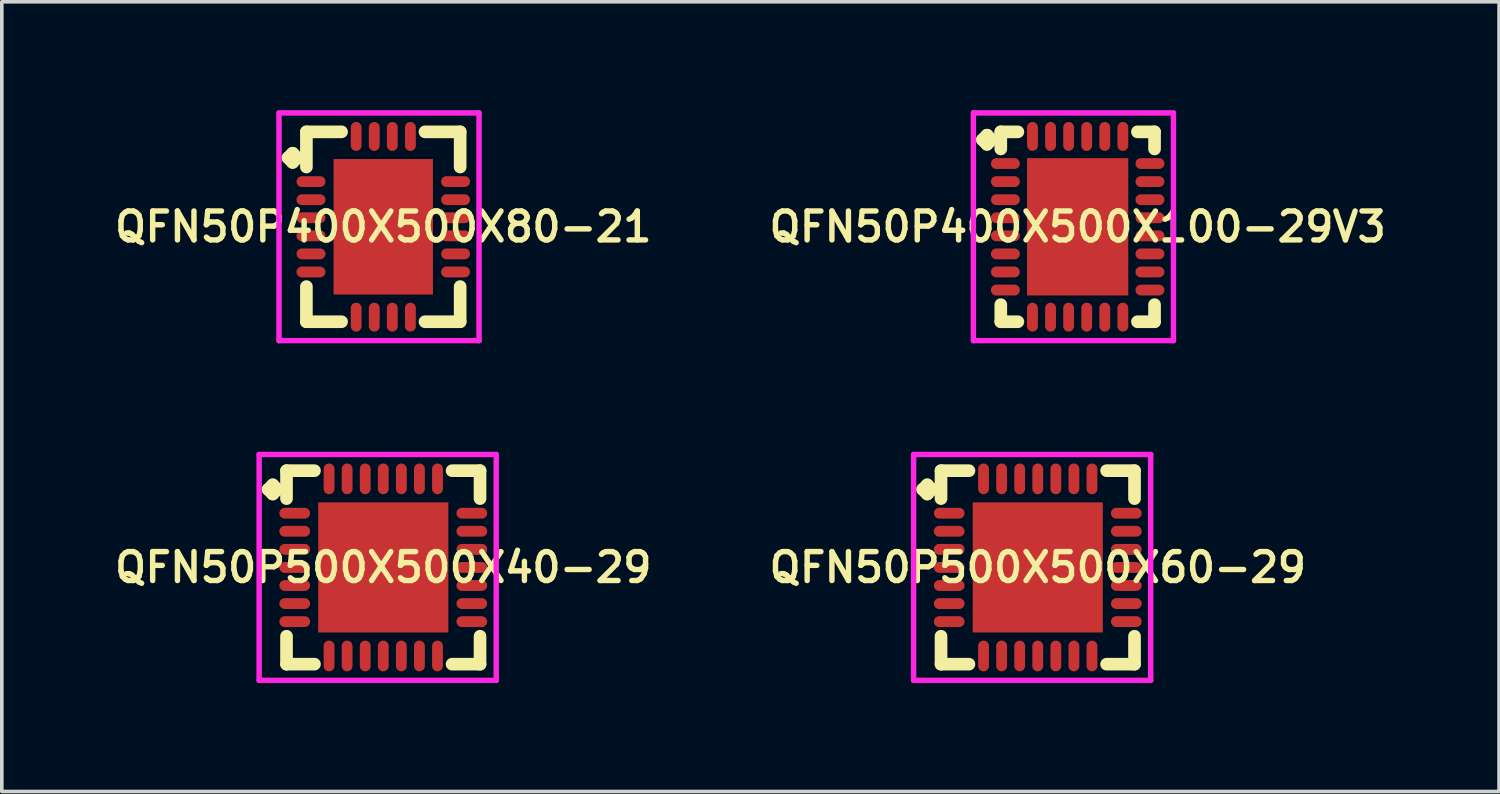
<source format=kicad_pcb>
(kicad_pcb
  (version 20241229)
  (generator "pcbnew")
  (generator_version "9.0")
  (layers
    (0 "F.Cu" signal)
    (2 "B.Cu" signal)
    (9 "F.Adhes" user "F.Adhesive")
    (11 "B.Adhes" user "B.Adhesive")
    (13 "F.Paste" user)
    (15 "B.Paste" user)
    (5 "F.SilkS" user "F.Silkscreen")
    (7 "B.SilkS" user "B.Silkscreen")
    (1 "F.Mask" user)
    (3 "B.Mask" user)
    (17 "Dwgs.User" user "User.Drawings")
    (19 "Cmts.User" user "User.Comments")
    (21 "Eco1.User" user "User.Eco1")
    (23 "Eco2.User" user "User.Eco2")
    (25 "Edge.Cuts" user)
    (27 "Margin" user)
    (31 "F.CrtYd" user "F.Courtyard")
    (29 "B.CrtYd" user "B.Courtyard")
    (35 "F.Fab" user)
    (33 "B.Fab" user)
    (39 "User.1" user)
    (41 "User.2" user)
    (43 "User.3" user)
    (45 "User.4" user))
  (footprint "QFN50P500X500X60-29"
    (layer "F.Cu")
    (at 25.664 12.65)
    (property "Reference" "QFN50P500X500X60-29" (at 0 0 0) (layer "F.SilkS") (effects (font (size 0.8 0.8) (thickness 0.15))))
    (attr smd)
    (fp_line (start -3.185 -2.158) (end -3.058 -2.285) (stroke (width 0.35) (type solid)) (layer "F.SilkS"))
    (fp_line (start -3.058 -2.285) (end -2.931 -2.158) (stroke (width 0.35) (type solid)) (layer "F.SilkS"))
    (fp_line (start -3.058 -2.031) (end -3.185 -2.158) (stroke (width 0.35) (type solid)) (layer "F.SilkS"))
    (fp_line (start -2.931 -2.158) (end -3.058 -2.031) (stroke (width 0.35) (type solid)) (layer "F.SilkS"))
    (fp_line (start -2.677 -2.677) (end -1.904 -2.677) (stroke (width 0.35) (type solid)) (layer "F.SilkS"))
    (fp_line (start -2.677 -1.904) (end -2.677 -2.677) (stroke (width 0.35) (type solid)) (layer "F.SilkS"))
    (fp_line (start -2.677 1.904) (end -2.677 2.677) (stroke (width 0.35) (type solid)) (layer "F.SilkS"))
    (fp_line (start -2.677 2.677) (end -1.904 2.677) (stroke (width 0.35) (type solid)) (layer "F.SilkS"))
    (fp_line (start 1.904 -2.677) (end 2.677 -2.677) (stroke (width 0.35) (type solid)) (layer "F.SilkS"))
    (fp_line (start 1.904 2.677) (end 2.677 2.677) (stroke (width 0.35) (type solid)) (layer "F.SilkS"))
    (fp_line (start 2.677 -2.677) (end 2.677 -1.904) (stroke (width 0.35) (type solid)) (layer "F.SilkS"))
    (fp_line (start 2.677 2.677) (end 2.677 1.904) (stroke (width 0.35) (type solid)) (layer "F.SilkS"))
    (fp_line (start -3.435 -3.125) (end 3.125 -3.125) (stroke (width 0.15) (type solid)) (layer "F.CrtYd"))
    (fp_line (start -3.435 3.125) (end -3.435 -3.125) (stroke (width 0.15) (type solid)) (layer "F.CrtYd"))
    (fp_line (start 3.125 -3.125) (end 3.125 3.125) (stroke (width 0.15) (type solid)) (layer "F.CrtYd"))
    (fp_line (start 3.125 3.125) (end -3.435 3.125) (stroke (width 0.15) (type solid)) (layer "F.CrtYd"))
    (pad "1" smd oval (at -2.45 -1.5) (size 0.85 0.3) (layers "F.Cu" "F.Mask" "F.Paste"))
    (pad "2" smd oval (at -2.45 -1) (size 0.85 0.3) (layers "F.Cu" "F.Mask" "F.Paste"))
    (pad "3" smd oval (at -2.45 -0.5) (size 0.85 0.3) (layers "F.Cu" "F.Mask" "F.Paste"))
    (pad "4" smd oval (at -2.45 0) (size 0.85 0.3) (layers "F.Cu" "F.Mask" "F.Paste"))
    (pad "5" smd oval (at -2.45 0.5) (size 0.85 0.3) (layers "F.Cu" "F.Mask" "F.Paste"))
    (pad "6" smd oval (at -2.45 1) (size 0.85 0.3) (layers "F.Cu" "F.Mask" "F.Paste"))
    (pad "7" smd oval (at -2.45 1.5) (size 0.85 0.3) (layers "F.Cu" "F.Mask" "F.Paste"))
    (pad "8" smd oval (at -1.5 2.45) (size 0.3 0.85) (layers "F.Cu" "F.Mask" "F.Paste"))
    (pad "9" smd oval (at -1 2.45) (size 0.3 0.85) (layers "F.Cu" "F.Mask" "F.Paste"))
    (pad "10" smd oval (at -0.5 2.45) (size 0.3 0.85) (layers "F.Cu" "F.Mask" "F.Paste"))
    (pad "11" smd oval (at 0 2.45) (size 0.3 0.85) (layers "F.Cu" "F.Mask" "F.Paste"))
    (pad "12" smd oval (at 0.5 2.45) (size 0.3 0.85) (layers "F.Cu" "F.Mask" "F.Paste"))
    (pad "13" smd oval (at 1 2.45) (size 0.3 0.85) (layers "F.Cu" "F.Mask" "F.Paste"))
    (pad "14" smd oval (at 1.5 2.45) (size 0.3 0.85) (layers "F.Cu" "F.Mask" "F.Paste"))
    (pad "15" smd oval (at 2.45 1.5) (size 0.85 0.3) (layers "F.Cu" "F.Mask" "F.Paste"))
    (pad "16" smd oval (at 2.45 1) (size 0.85 0.3) (layers "F.Cu" "F.Mask" "F.Paste"))
    (pad "17" smd oval (at 2.45 0.5) (size 0.85 0.3) (layers "F.Cu" "F.Mask" "F.Paste"))
    (pad "18" smd oval (at 2.45 0) (size 0.85 0.3) (layers "F.Cu" "F.Mask" "F.Paste"))
    (pad "19" smd oval (at 2.45 -0.5) (size 0.85 0.3) (layers "F.Cu" "F.Mask" "F.Paste"))
    (pad "20" smd oval (at 2.45 -1) (size 0.85 0.3) (layers "F.Cu" "F.Mask" "F.Paste"))
    (pad "21" smd oval (at 2.45 -1.5) (size 0.85 0.3) (layers "F.Cu" "F.Mask" "F.Paste"))
    (pad "22" smd oval (at 1.5 -2.45) (size 0.3 0.85) (layers "F.Cu" "F.Mask" "F.Paste"))
    (pad "23" smd oval (at 1 -2.45) (size 0.3 0.85) (layers "F.Cu" "F.Mask" "F.Paste"))
    (pad "24" smd oval (at 0.5 -2.45) (size 0.3 0.85) (layers "F.Cu" "F.Mask" "F.Paste"))
    (pad "25" smd oval (at 0 -2.45) (size 0.3 0.85) (layers "F.Cu" "F.Mask" "F.Paste"))
    (pad "26" smd oval (at -0.5 -2.45) (size 0.3 0.85) (layers "F.Cu" "F.Mask" "F.Paste"))
    (pad "27" smd oval (at -1 -2.45) (size 0.3 0.85) (layers "F.Cu" "F.Mask" "F.Paste"))
    (pad "28" smd oval (at -1.5 -2.45) (size 0.3 0.85) (layers "F.Cu" "F.Mask" "F.Paste"))
    (pad "29" smd rect (at 0 0) (size 3.6 3.6) (layers "F.Cu" "F.Mask" "F.Paste")))
  (footprint "QFN50P400X500X80-21"
    (layer "F.Cu")
    (at 7.555 3.225)
    (property "Reference" "QFN50P400X500X80-21" (at 0 0 0) (layer "F.SilkS") (effects (font (size 0.8 0.8) (thickness 0.15))))
    (attr through_hole)
    (fp_line (start -2.635 -1.908) (end -2.508 -2.035) (stroke (width 0.35) (type solid)) (layer "F.SilkS"))
    (fp_line (start -2.508 -2.035) (end -2.381 -1.908) (stroke (width 0.35) (type solid)) (layer "F.SilkS"))
    (fp_line (start -2.508 -1.781) (end -2.635 -1.908) (stroke (width 0.35) (type solid)) (layer "F.SilkS"))
    (fp_line (start -2.381 -1.908) (end -2.508 -1.781) (stroke (width 0.35) (type solid)) (layer "F.SilkS"))
    (fp_line (start -2.127 -2.627) (end -1.154 -2.627) (stroke (width 0.35) (type solid)) (layer "F.SilkS"))
    (fp_line (start -2.127 -1.654) (end -2.127 -2.627) (stroke (width 0.35) (type solid)) (layer "F.SilkS"))
    (fp_line (start -2.127 1.654) (end -2.127 2.627) (stroke (width 0.35) (type solid)) (layer "F.SilkS"))
    (fp_line (start -2.127 2.627) (end -1.154 2.627) (stroke (width 0.35) (type solid)) (layer "F.SilkS"))
    (fp_line (start 1.154 -2.627) (end 2.127 -2.627) (stroke (width 0.35) (type solid)) (layer "F.SilkS"))
    (fp_line (start 1.154 2.627) (end 2.127 2.627) (stroke (width 0.35) (type solid)) (layer "F.SilkS"))
    (fp_line (start 2.127 -2.627) (end 2.127 -1.654) (stroke (width 0.35) (type solid)) (layer "F.SilkS"))
    (fp_line (start 2.127 2.627) (end 2.127 1.654) (stroke (width 0.35) (type solid)) (layer "F.SilkS"))
    (fp_line (start -2.885 -3.15) (end 2.65 -3.15) (stroke (width 0.15) (type solid)) (layer "F.CrtYd"))
    (fp_line (start -2.885 3.15) (end -2.885 -3.15) (stroke (width 0.15) (type solid)) (layer "F.CrtYd"))
    (fp_line (start 2.65 -3.15) (end 2.65 3.15) (stroke (width 0.15) (type solid)) (layer "F.CrtYd"))
    (fp_line (start 2.65 3.15) (end -2.885 3.15) (stroke (width 0.15) (type solid)) (layer "F.CrtYd"))
    (pad "1" smd oval (at -2 -1.25) (size 0.8 0.3) (layers "F.Cu" "F.Mask" "F.Paste"))
    (pad "2" smd oval (at -2 -0.75) (size 0.8 0.3) (layers "F.Cu" "F.Mask" "F.Paste"))
    (pad "3" smd oval (at -2 -0.25) (size 0.8 0.3) (layers "F.Cu" "F.Mask" "F.Paste"))
    (pad "4" smd oval (at -2 0.25) (size 0.8 0.3) (layers "F.Cu" "F.Mask" "F.Paste"))
    (pad "5" smd oval (at -2 0.75) (size 0.8 0.3) (layers "F.Cu" "F.Mask" "F.Paste"))
    (pad "6" smd oval (at -2 1.25) (size 0.8 0.3) (layers "F.Cu" "F.Mask" "F.Paste"))
    (pad "7" smd oval (at -0.75 2.5) (size 0.3 0.8) (layers "F.Cu" "F.Mask" "F.Paste"))
    (pad "8" smd oval (at -0.25 2.5) (size 0.3 0.8) (layers "F.Cu" "F.Mask" "F.Paste"))
    (pad "9" smd oval (at 0.25 2.5) (size 0.3 0.8) (layers "F.Cu" "F.Mask" "F.Paste"))
    (pad "10" smd oval (at 0.75 2.5) (size 0.3 0.8) (layers "F.Cu" "F.Mask" "F.Paste"))
    (pad "11" smd oval (at 2 1.25) (size 0.8 0.3) (layers "F.Cu" "F.Mask" "F.Paste"))
    (pad "12" smd oval (at 2 0.75) (size 0.8 0.3) (layers "F.Cu" "F.Mask" "F.Paste"))
    (pad "13" smd oval (at 2 0.25) (size 0.8 0.3) (layers "F.Cu" "F.Mask" "F.Paste"))
    (pad "14" smd oval (at 2 -0.25) (size 0.8 0.3) (layers "F.Cu" "F.Mask" "F.Paste"))
    (pad "15" smd oval (at 2 -0.75) (size 0.8 0.3) (layers "F.Cu" "F.Mask" "F.Paste"))
    (pad "16" smd oval (at 2 -1.25) (size 0.8 0.3) (layers "F.Cu" "F.Mask" "F.Paste"))
    (pad "17" smd oval (at 0.75 -2.5) (size 0.3 0.8) (layers "F.Cu" "F.Mask" "F.Paste"))
    (pad "18" smd oval (at 0.25 -2.5) (size 0.3 0.8) (layers "F.Cu" "F.Mask" "F.Paste"))
    (pad "19" smd oval (at -0.25 -2.5) (size 0.3 0.8) (layers "F.Cu" "F.Mask" "F.Paste"))
    (pad "20" smd oval (at -0.75 -2.5) (size 0.3 0.8) (layers "F.Cu" "F.Mask" "F.Paste"))
    (pad "21" smd rect (at 0 0) (size 2.75 3.75) (layers "F.Cu" "F.Mask" "F.Paste")))
  (footprint "QFN50P400X500X100-29V3"
    (layer "F.Cu")
    (at 26.768 3.225)
    (property "Reference" "QFN50P400X500X100-29V3" (at 0 0 0) (layer "F.SilkS") (effects (font (size 0.8 0.8) (thickness 0.15))))
    (attr through_hole)
    (fp_line (start -2.635 -2.408) (end -2.508 -2.535) (stroke (width 0.35) (type solid)) (layer "F.SilkS"))
    (fp_line (start -2.508 -2.535) (end -2.381 -2.408) (stroke (width 0.35) (type solid)) (layer "F.SilkS"))
    (fp_line (start -2.508 -2.281) (end -2.635 -2.408) (stroke (width 0.35) (type solid)) (layer "F.SilkS"))
    (fp_line (start -2.381 -2.408) (end -2.508 -2.281) (stroke (width 0.35) (type solid)) (layer "F.SilkS"))
    (fp_line (start -2.127 -2.627) (end -1.654 -2.627) (stroke (width 0.35) (type solid)) (layer "F.SilkS"))
    (fp_line (start -2.127 -2.154) (end -2.127 -2.627) (stroke (width 0.35) (type solid)) (layer "F.SilkS"))
    (fp_line (start -2.127 2.154) (end -2.127 2.627) (stroke (width 0.35) (type solid)) (layer "F.SilkS"))
    (fp_line (start -2.127 2.627) (end -1.654 2.627) (stroke (width 0.35) (type solid)) (layer "F.SilkS"))
    (fp_line (start 1.654 -2.627) (end 2.127 -2.627) (stroke (width 0.35) (type solid)) (layer "F.SilkS"))
    (fp_line (start 1.654 2.627) (end 2.127 2.627) (stroke (width 0.35) (type solid)) (layer "F.SilkS"))
    (fp_line (start 2.127 -2.627) (end 2.127 -2.154) (stroke (width 0.35) (type solid)) (layer "F.SilkS"))
    (fp_line (start 2.127 2.627) (end 2.127 2.154) (stroke (width 0.35) (type solid)) (layer "F.SilkS"))
    (fp_line (start -2.885 -3.15) (end 2.65 -3.15) (stroke (width 0.15) (type solid)) (layer "F.CrtYd"))
    (fp_line (start -2.885 3.15) (end -2.885 -3.15) (stroke (width 0.15) (type solid)) (layer "F.CrtYd"))
    (fp_line (start 2.65 -3.15) (end 2.65 3.15) (stroke (width 0.15) (type solid)) (layer "F.CrtYd"))
    (fp_line (start 2.65 3.15) (end -2.885 3.15) (stroke (width 0.15) (type solid)) (layer "F.CrtYd"))
    (pad "1" smd oval (at -2 -1.75) (size 0.8 0.3) (layers "F.Cu" "F.Mask" "F.Paste"))
    (pad "2" smd oval (at -2 -1.25) (size 0.8 0.3) (layers "F.Cu" "F.Mask" "F.Paste"))
    (pad "3" smd oval (at -2 -0.75) (size 0.8 0.3) (layers "F.Cu" "F.Mask" "F.Paste"))
    (pad "4" smd oval (at -2 -0.25) (size 0.8 0.3) (layers "F.Cu" "F.Mask" "F.Paste"))
    (pad "5" smd oval (at -2 0.25) (size 0.8 0.3) (layers "F.Cu" "F.Mask" "F.Paste"))
    (pad "6" smd oval (at -2 0.75) (size 0.8 0.3) (layers "F.Cu" "F.Mask" "F.Paste"))
    (pad "7" smd oval (at -2 1.25) (size 0.8 0.3) (layers "F.Cu" "F.Mask" "F.Paste"))
    (pad "8" smd oval (at -2 1.75) (size 0.8 0.3) (layers "F.Cu" "F.Mask" "F.Paste"))
    (pad "9" smd oval (at -1.25 2.5) (size 0.3 0.8) (layers "F.Cu" "F.Mask" "F.Paste"))
    (pad "10" smd oval (at -0.75 2.5) (size 0.3 0.8) (layers "F.Cu" "F.Mask" "F.Paste"))
    (pad "11" smd oval (at -0.25 2.5) (size 0.3 0.8) (layers "F.Cu" "F.Mask" "F.Paste"))
    (pad "12" smd oval (at 0.25 2.5) (size 0.3 0.8) (layers "F.Cu" "F.Mask" "F.Paste"))
    (pad "13" smd oval (at 0.75 2.5) (size 0.3 0.8) (layers "F.Cu" "F.Mask" "F.Paste"))
    (pad "14" smd oval (at 1.25 2.5) (size 0.3 0.8) (layers "F.Cu" "F.Mask" "F.Paste"))
    (pad "15" smd oval (at 2 1.75) (size 0.8 0.3) (layers "F.Cu" "F.Mask" "F.Paste"))
    (pad "16" smd oval (at 2 1.25) (size 0.8 0.3) (layers "F.Cu" "F.Mask" "F.Paste"))
    (pad "17" smd oval (at 2 0.75) (size 0.8 0.3) (layers "F.Cu" "F.Mask" "F.Paste"))
    (pad "18" smd oval (at 2 0.25) (size 0.8 0.3) (layers "F.Cu" "F.Mask" "F.Paste"))
    (pad "19" smd oval (at 2 -0.25) (size 0.8 0.3) (layers "F.Cu" "F.Mask" "F.Paste"))
    (pad "20" smd oval (at 2 -0.75) (size 0.8 0.3) (layers "F.Cu" "F.Mask" "F.Paste"))
    (pad "21" smd oval (at 2 -1.25) (size 0.8 0.3) (layers "F.Cu" "F.Mask" "F.Paste"))
    (pad "22" smd oval (at 2 -1.75) (size 0.8 0.3) (layers "F.Cu" "F.Mask" "F.Paste"))
    (pad "23" smd oval (at 1.25 -2.5) (size 0.3 0.8) (layers "F.Cu" "F.Mask" "F.Paste"))
    (pad "24" smd oval (at 0.75 -2.5) (size 0.3 0.8) (layers "F.Cu" "F.Mask" "F.Paste"))
    (pad "25" smd oval (at 0.25 -2.5) (size 0.3 0.8) (layers "F.Cu" "F.Mask" "F.Paste"))
    (pad "26" smd oval (at -0.25 -2.5) (size 0.3 0.8) (layers "F.Cu" "F.Mask" "F.Paste"))
    (pad "27" smd oval (at -0.75 -2.5) (size 0.3 0.8) (layers "F.Cu" "F.Mask" "F.Paste"))
    (pad "28" smd oval (at -1.25 -2.5) (size 0.3 0.8) (layers "F.Cu" "F.Mask" "F.Paste"))
    (pad "29" smd rect (at 0 0) (size 2.8 3.8) (layers "F.Cu" "F.Mask" "F.Paste")))
  (footprint "QFN50P500X500X40-29"
    (layer "F.Cu")
    (at 7.555 12.65)
    (property "Reference" "QFN50P500X500X40-29" (at 0 0 0) (layer "F.SilkS") (effects (font (size 0.8 0.8) (thickness 0.15))))
    (attr smd)
    (fp_line (start -3.185 -2.158) (end -3.058 -2.285) (stroke (width 0.35) (type solid)) (layer "F.SilkS"))
    (fp_line (start -3.058 -2.285) (end -2.931 -2.158) (stroke (width 0.35) (type solid)) (layer "F.SilkS"))
    (fp_line (start -3.058 -2.031) (end -3.185 -2.158) (stroke (width 0.35) (type solid)) (layer "F.SilkS"))
    (fp_line (start -2.931 -2.158) (end -3.058 -2.031) (stroke (width 0.35) (type solid)) (layer "F.SilkS"))
    (fp_line (start -2.677 -2.677) (end -1.904 -2.677) (stroke (width 0.35) (type solid)) (layer "F.SilkS"))
    (fp_line (start -2.677 -1.904) (end -2.677 -2.677) (stroke (width 0.35) (type solid)) (layer "F.SilkS"))
    (fp_line (start -2.677 1.904) (end -2.677 2.677) (stroke (width 0.35) (type solid)) (layer "F.SilkS"))
    (fp_line (start -2.677 2.677) (end -1.904 2.677) (stroke (width 0.35) (type solid)) (layer "F.SilkS"))
    (fp_line (start 1.904 -2.677) (end 2.677 -2.677) (stroke (width 0.35) (type solid)) (layer "F.SilkS"))
    (fp_line (start 1.904 2.677) (end 2.677 2.677) (stroke (width 0.35) (type solid)) (layer "F.SilkS"))
    (fp_line (start 2.677 -2.677) (end 2.677 -1.904) (stroke (width 0.35) (type solid)) (layer "F.SilkS"))
    (fp_line (start 2.677 2.677) (end 2.677 1.904) (stroke (width 0.35) (type solid)) (layer "F.SilkS"))
    (fp_line (start -3.435 -3.125) (end 3.125 -3.125) (stroke (width 0.15) (type solid)) (layer "F.CrtYd"))
    (fp_line (start -3.435 3.125) (end -3.435 -3.125) (stroke (width 0.15) (type solid)) (layer "F.CrtYd"))
    (fp_line (start 3.125 -3.125) (end 3.125 3.125) (stroke (width 0.15) (type solid)) (layer "F.CrtYd"))
    (fp_line (start 3.125 3.125) (end -3.435 3.125) (stroke (width 0.15) (type solid)) (layer "F.CrtYd"))
    (pad "1" smd oval (at -2.45 -1.5) (size 0.85 0.3) (layers "F.Cu" "F.Mask" "F.Paste"))
    (pad "2" smd oval (at -2.45 -1) (size 0.85 0.3) (layers "F.Cu" "F.Mask" "F.Paste"))
    (pad "3" smd oval (at -2.45 -0.5) (size 0.85 0.3) (layers "F.Cu" "F.Mask" "F.Paste"))
    (pad "4" smd oval (at -2.45 0) (size 0.85 0.3) (layers "F.Cu" "F.Mask" "F.Paste"))
    (pad "5" smd oval (at -2.45 0.5) (size 0.85 0.3) (layers "F.Cu" "F.Mask" "F.Paste"))
    (pad "6" smd oval (at -2.45 1) (size 0.85 0.3) (layers "F.Cu" "F.Mask" "F.Paste"))
    (pad "7" smd oval (at -2.45 1.5) (size 0.85 0.3) (layers "F.Cu" "F.Mask" "F.Paste"))
    (pad "8" smd oval (at -1.5 2.45) (size 0.3 0.85) (layers "F.Cu" "F.Mask" "F.Paste"))
    (pad "9" smd oval (at -1 2.45) (size 0.3 0.85) (layers "F.Cu" "F.Mask" "F.Paste"))
    (pad "10" smd oval (at -0.5 2.45) (size 0.3 0.85) (layers "F.Cu" "F.Mask" "F.Paste"))
    (pad "11" smd oval (at 0 2.45) (size 0.3 0.85) (layers "F.Cu" "F.Mask" "F.Paste"))
    (pad "12" smd oval (at 0.5 2.45) (size 0.3 0.85) (layers "F.Cu" "F.Mask" "F.Paste"))
    (pad "13" smd oval (at 1 2.45) (size 0.3 0.85) (layers "F.Cu" "F.Mask" "F.Paste"))
    (pad "14" smd oval (at 1.5 2.45) (size 0.3 0.85) (layers "F.Cu" "F.Mask" "F.Paste"))
    (pad "15" smd oval (at 2.45 1.5) (size 0.85 0.3) (layers "F.Cu" "F.Mask" "F.Paste"))
    (pad "16" smd oval (at 2.45 1) (size 0.85 0.3) (layers "F.Cu" "F.Mask" "F.Paste"))
    (pad "17" smd oval (at 2.45 0.5) (size 0.85 0.3) (layers "F.Cu" "F.Mask" "F.Paste"))
    (pad "18" smd oval (at 2.45 0) (size 0.85 0.3) (layers "F.Cu" "F.Mask" "F.Paste"))
    (pad "19" smd oval (at 2.45 -0.5) (size 0.85 0.3) (layers "F.Cu" "F.Mask" "F.Paste"))
    (pad "20" smd oval (at 2.45 -1) (size 0.85 0.3) (layers "F.Cu" "F.Mask" "F.Paste"))
    (pad "21" smd oval (at 2.45 -1.5) (size 0.85 0.3) (layers "F.Cu" "F.Mask" "F.Paste"))
    (pad "22" smd oval (at 1.5 -2.45) (size 0.3 0.85) (layers "F.Cu" "F.Mask" "F.Paste"))
    (pad "23" smd oval (at 1 -2.45) (size 0.3 0.85) (layers "F.Cu" "F.Mask" "F.Paste"))
    (pad "24" smd oval (at 0.5 -2.45) (size 0.3 0.85) (layers "F.Cu" "F.Mask" "F.Paste"))
    (pad "25" smd oval (at 0 -2.45) (size 0.3 0.85) (layers "F.Cu" "F.Mask" "F.Paste"))
    (pad "26" smd oval (at -0.5 -2.45) (size 0.3 0.85) (layers "F.Cu" "F.Mask" "F.Paste"))
    (pad "27" smd oval (at -1 -2.45) (size 0.3 0.85) (layers "F.Cu" "F.Mask" "F.Paste"))
    (pad "28" smd oval (at -1.5 -2.45) (size 0.3 0.85) (layers "F.Cu" "F.Mask" "F.Paste"))
    (pad "29" smd rect (at 0 0) (size 3.6 3.6) (layers "F.Cu" "F.Mask" "F.Paste")))
  (gr_rect
    (start -3 -3)
    (end 38.428 18.85)
    (stroke (width 0.1) (type default))
    (fill no)
    (layer "Edge.Cuts")))
</source>
